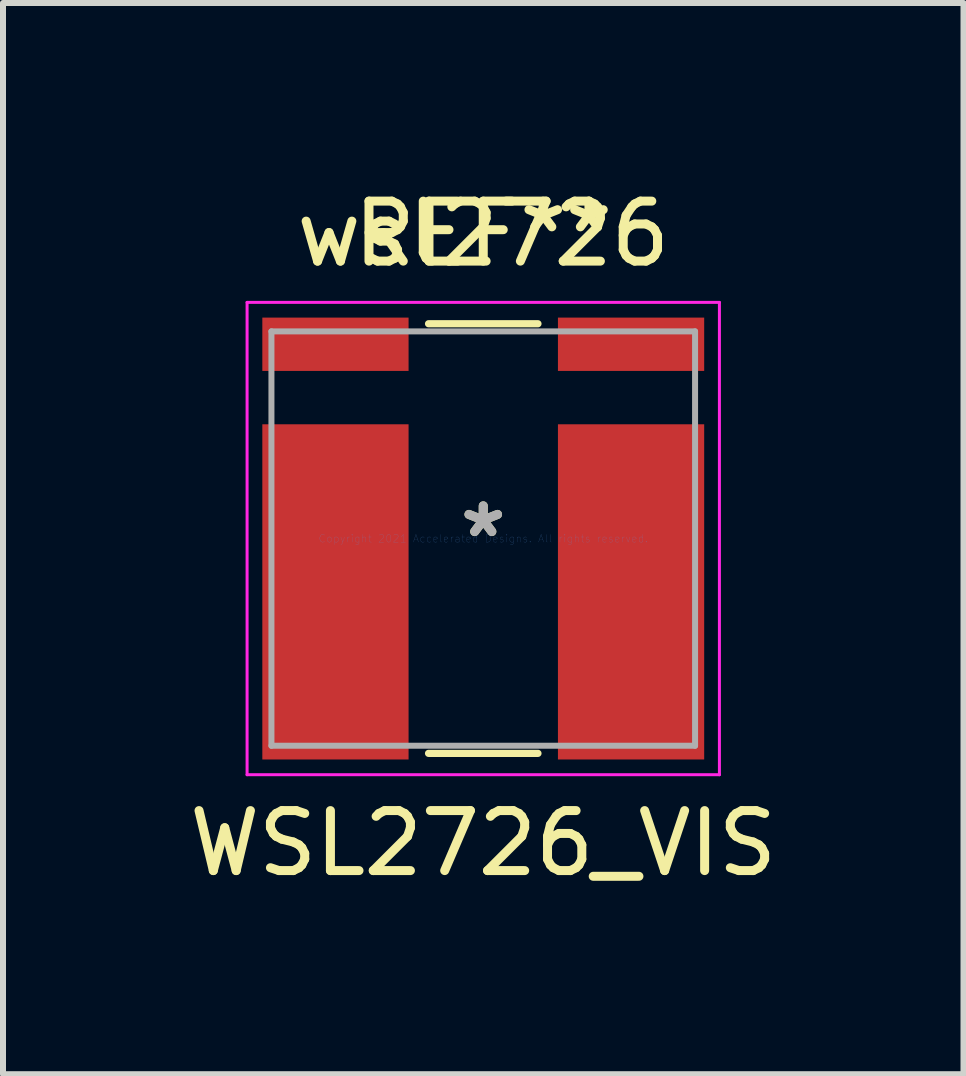
<source format=kicad_pcb>
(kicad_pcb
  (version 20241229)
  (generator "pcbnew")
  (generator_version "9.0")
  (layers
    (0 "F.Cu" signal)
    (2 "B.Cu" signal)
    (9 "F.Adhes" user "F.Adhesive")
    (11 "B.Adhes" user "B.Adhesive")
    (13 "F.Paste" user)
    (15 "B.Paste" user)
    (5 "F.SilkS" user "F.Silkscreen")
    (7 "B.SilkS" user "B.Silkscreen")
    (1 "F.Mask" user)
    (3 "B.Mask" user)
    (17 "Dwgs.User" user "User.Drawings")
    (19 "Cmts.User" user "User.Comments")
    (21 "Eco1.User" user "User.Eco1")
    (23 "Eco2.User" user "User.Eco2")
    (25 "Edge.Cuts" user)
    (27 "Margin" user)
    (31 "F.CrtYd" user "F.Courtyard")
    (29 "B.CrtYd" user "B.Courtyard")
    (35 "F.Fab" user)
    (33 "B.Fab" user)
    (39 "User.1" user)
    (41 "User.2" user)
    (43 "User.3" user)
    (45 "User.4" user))
  (footprint "wsl2726"
    (layer "F.Cu")
    (at 5.006 5.928)
    (property "Reference" "wsl2726" (at 0 -5.08 0) (layer "F.SilkS") (effects (font (size 1 1) (thickness 0.15))))
    (attr through_hole)
    (fp_line (start -0.912 3.581) (end 0.912 3.581) (stroke (width 0.12) (type solid)) (layer "F.SilkS"))
    (fp_line (start 0.912 -3.581) (end -0.912 -3.581) (stroke (width 0.12) (type solid)) (layer "F.SilkS"))
    (fp_line (start -3.937 -3.937) (end 3.937 -3.937) (stroke (width 0.05) (type solid)) (layer "F.CrtYd"))
    (fp_line (start -3.937 3.937) (end -3.937 -3.937) (stroke (width 0.05) (type solid)) (layer "F.CrtYd"))
    (fp_line (start 3.937 -3.937) (end 3.937 3.937) (stroke (width 0.05) (type solid)) (layer "F.CrtYd"))
    (fp_line (start 3.937 3.937) (end -3.937 3.937) (stroke (width 0.05) (type solid)) (layer "F.CrtYd"))
    (fp_line (start -3.531 -3.454) (end -3.531 3.454) (stroke (width 0.1) (type solid)) (layer "F.Fab"))
    (fp_line (start -3.531 3.454) (end 3.531 3.454) (stroke (width 0.1) (type solid)) (layer "F.Fab"))
    (fp_line (start 3.531 -3.454) (end -3.531 -3.454) (stroke (width 0.1) (type solid)) (layer "F.Fab"))
    (fp_line (start 3.531 3.454) (end 3.531 -3.454) (stroke (width 0.1) (type solid)) (layer "F.Fab"))
    (fp_text user "*" (at 0 0 0) (layer "F.SilkS") (effects (font (size 1 1) (thickness 0.15))))
    (fp_text user "REF**" (at 0 -5.08 0) (layer "F.SilkS") (effects (font (size 1 1) (thickness 0.15))))
    (fp_text user "WSL2726_VIS" (at 0 5.08 0) (layer "F.SilkS") (effects (font (size 1 1) (thickness 0.15))))
    (fp_text user "Copyright 2021 Accelerated Designs. All rights reserved." (at 0 0 0) (layer "Cmts.User") (effects (font (size 0.127 0.127) (thickness 0.002))))
    (fp_text user "*" (at 0 0 0) (layer "F.Fab") (effects (font (size 1 1) (thickness 0.15))))
    (pad "1" smd rect (at -2.464 0.889) (size 2.438 5.588) (layers "F.Cu" "F.Mask" "F.Paste"))
    (pad "2" smd rect (at -2.464 -3.239) (size 2.438 0.889) (layers "F.Cu" "F.Mask" "F.Paste"))
    (pad "3" smd rect (at 2.464 -3.239) (size 2.438 0.889) (layers "F.Cu" "F.Mask" "F.Paste"))
    (pad "4" smd rect (at 2.464 0.889) (size 2.438 5.588) (layers "F.Cu" "F.Mask" "F.Paste")))
  (gr_rect
    (start -3 -3)
    (end 13.012 14.857)
    (stroke (width 0.1) (type default))
    (fill no)
    (layer "Edge.Cuts")))
</source>
